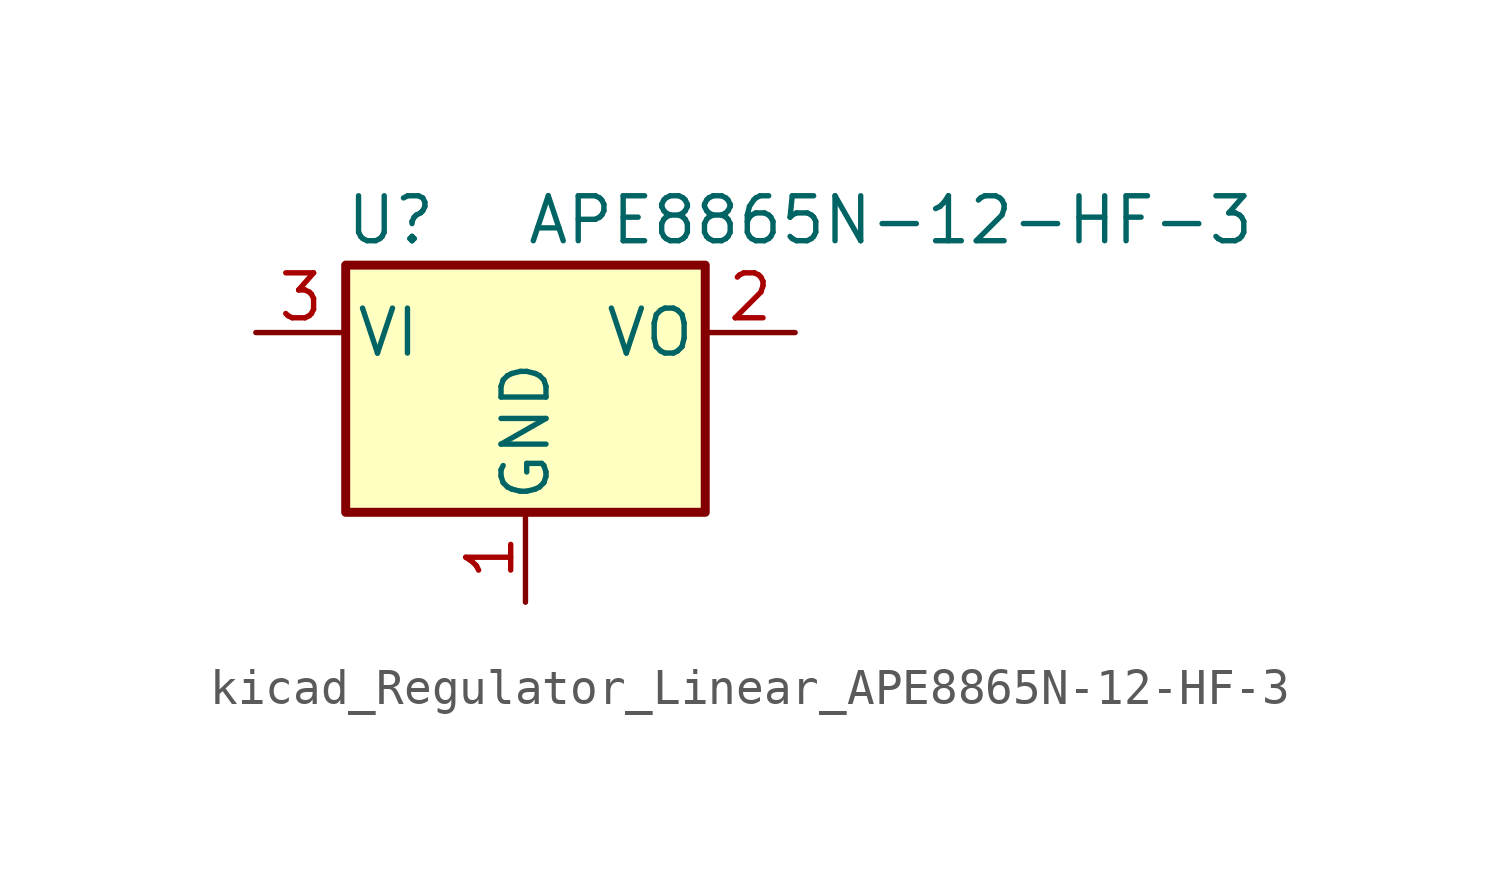
<source format=kicad_sym>
(kicad_symbol_lib
  (version 20220914)
  (generator kicad_symbol_editor)
  (symbol "kicad_Regulator_Linear_APE8865N-12-HF-3"
    (pin_names
      (offset 0.254))
    (property "Reference" "U"
      (at -3.81 3.175 0)
      (effects (font (size 1.27 1.27))))
    (property "Value" "APE8865N-12-HF-3"
      (at 0 3.175 0)
      (effects (font (size 1.27 1.27)) (justify left)))
    (symbol "kicad_Regulator_Linear_APE8865N-12-HF-3_0_1"
      (rectangle (start -5.08 1.905) (end 5.08 -5.08) (stroke (width 0.254) (type default)) (fill (type background))))
    (symbol "kicad_Regulator_Linear_APE8865N-12-HF-3_1_1"
      (pin power_in line (at 0 -7.62 90) (length 2.54) (name "GND" (effects (font (size 1.27 1.27)))) (number "1" (effects (font (size 1.27 1.27)))))
      (pin power_out line (at 7.62 0 180) (length 2.54) (name "VO" (effects (font (size 1.27 1.27)))) (number "2" (effects (font (size 1.27 1.27)))))
      (pin power_in line (at -7.62 0 0) (length 2.54) (name "VI" (effects (font (size 1.27 1.27)))) (number "3" (effects (font (size 1.27 1.27))))))))
</source>
